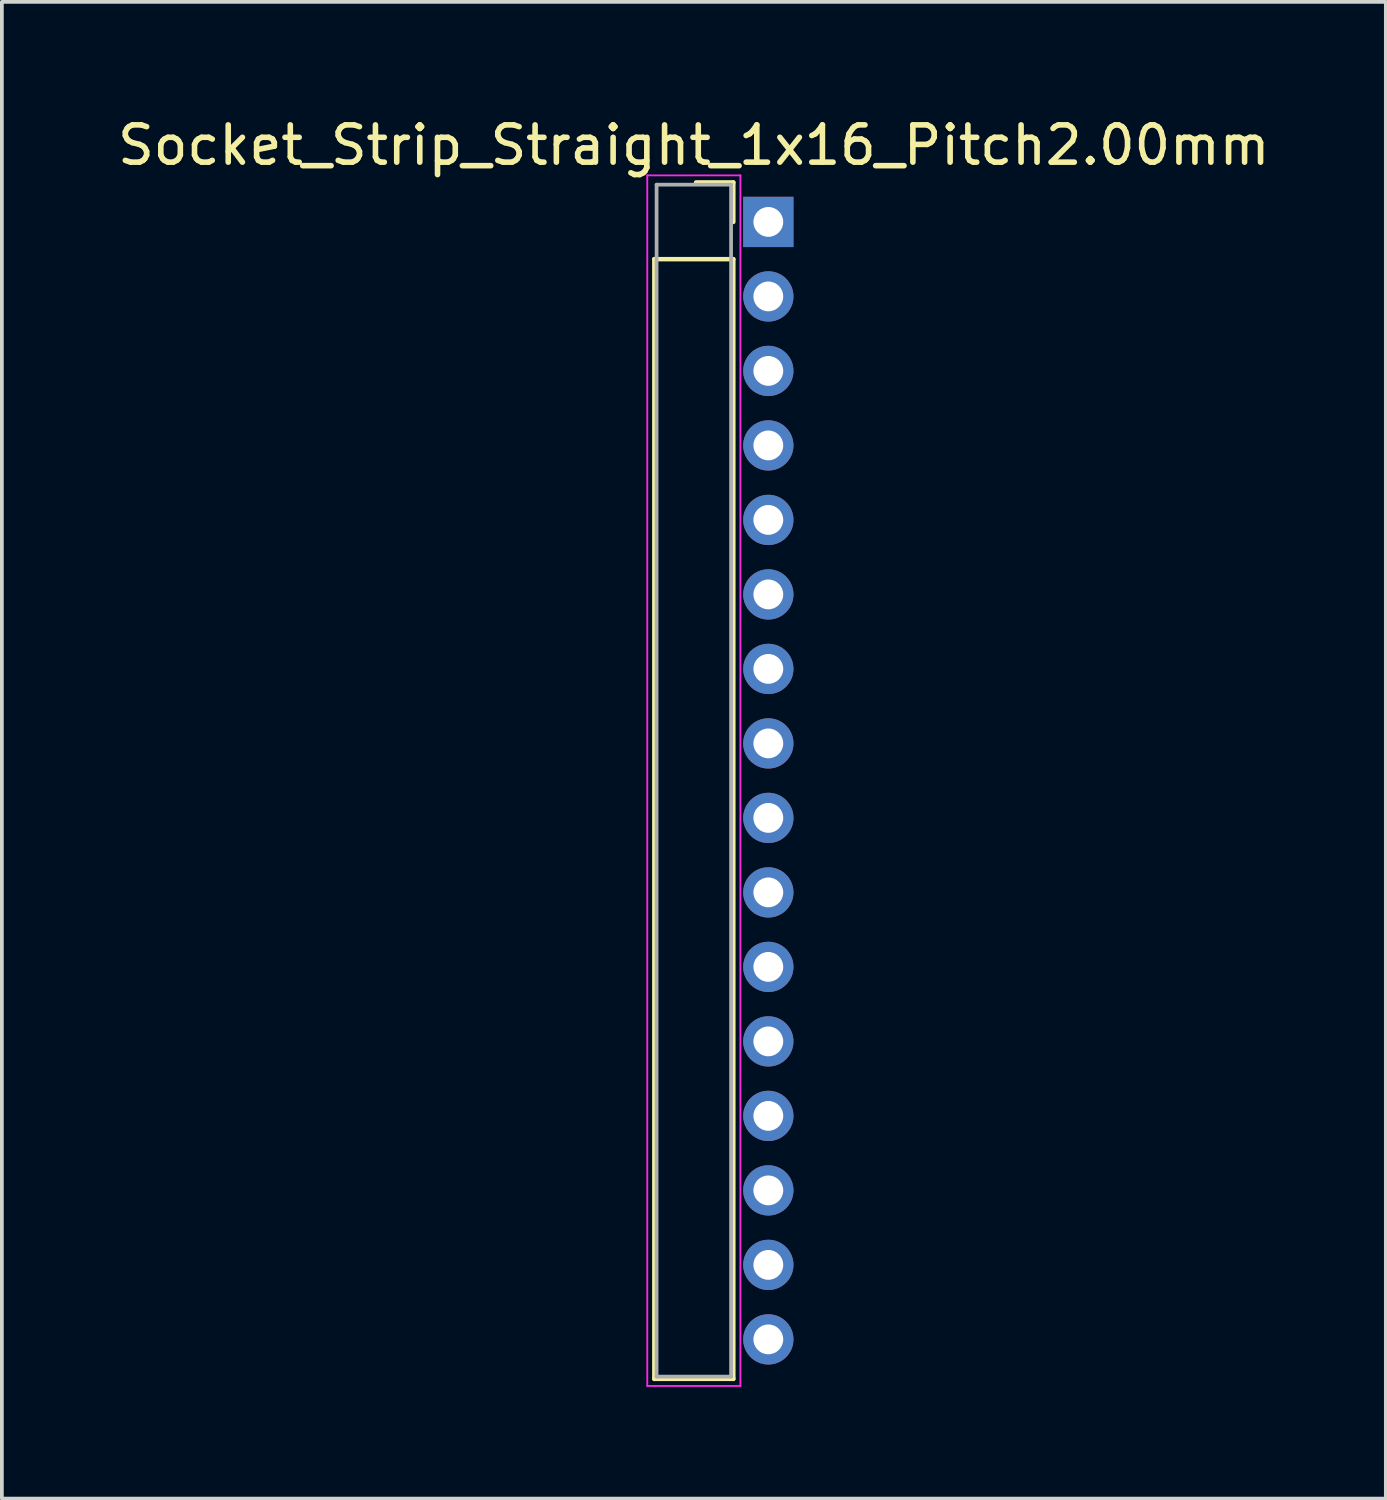
<source format=kicad_pcb>
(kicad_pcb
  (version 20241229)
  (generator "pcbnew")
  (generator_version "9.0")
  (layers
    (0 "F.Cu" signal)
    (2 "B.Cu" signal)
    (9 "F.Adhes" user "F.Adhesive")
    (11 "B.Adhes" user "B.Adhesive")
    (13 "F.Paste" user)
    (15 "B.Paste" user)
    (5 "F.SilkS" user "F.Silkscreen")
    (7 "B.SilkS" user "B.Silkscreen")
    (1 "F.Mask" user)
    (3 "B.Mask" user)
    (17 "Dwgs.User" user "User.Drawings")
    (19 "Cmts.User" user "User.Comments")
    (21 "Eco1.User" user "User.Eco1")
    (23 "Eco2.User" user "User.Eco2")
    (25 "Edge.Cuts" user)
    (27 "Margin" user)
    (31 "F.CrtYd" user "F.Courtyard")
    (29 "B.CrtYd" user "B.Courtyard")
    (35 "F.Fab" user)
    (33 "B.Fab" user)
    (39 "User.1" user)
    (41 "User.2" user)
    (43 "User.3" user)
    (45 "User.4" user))
  (footprint "Socket_Strip_Straight_1x16_Pitch2.00mm"
    (layer "F.Cu")
    (at 17.577 2.908)
    (property "Reference" "Socket_Strip_Straight_1x16_Pitch2.00mm" (at -2 -2.06 0) (layer "F.SilkS") (effects (font (size 1 1) (thickness 0.15))))
    (attr through_hole)
    (fp_line (start -3.06 1) (end -3.06 31.06) (stroke (width 0.12) (type solid)) (layer "F.SilkS"))
    (fp_line (start -3.06 31.06) (end -0.94 31.06) (stroke (width 0.12) (type solid)) (layer "F.SilkS"))
    (fp_line (start -0.94 -1.06) (end -1.94 -1.06) (stroke (width 0.12) (type solid)) (layer "F.SilkS"))
    (fp_line (start -0.94 0) (end -0.94 -1.06) (stroke (width 0.12) (type solid)) (layer "F.SilkS"))
    (fp_line (start -0.94 1) (end -3.06 1) (stroke (width 0.12) (type solid)) (layer "F.SilkS"))
    (fp_line (start -0.94 31.06) (end -0.94 1) (stroke (width 0.12) (type solid)) (layer "F.SilkS"))
    (fp_line (start -3.25 -1.25) (end -3.25 31.25) (stroke (width 0.05) (type solid)) (layer "F.CrtYd"))
    (fp_line (start -3.25 31.25) (end -0.75 31.25) (stroke (width 0.05) (type solid)) (layer "F.CrtYd"))
    (fp_line (start -0.75 -1.25) (end -3.25 -1.25) (stroke (width 0.05) (type solid)) (layer "F.CrtYd"))
    (fp_line (start -0.75 31.25) (end -0.75 -1.25) (stroke (width 0.05) (type solid)) (layer "F.CrtYd"))
    (fp_line (start -3 -1) (end -3 31) (stroke (width 0.1) (type solid)) (layer "F.Fab"))
    (fp_line (start -3 31) (end -1 31) (stroke (width 0.1) (type solid)) (layer "F.Fab"))
    (fp_line (start -1 -1) (end -3 -1) (stroke (width 0.1) (type solid)) (layer "F.Fab"))
    (fp_line (start -1 31) (end -1 -1) (stroke (width 0.1) (type solid)) (layer "F.Fab"))
    (pad "1" thru_hole rect (at 0 0) (size 1.35 1.35) (drill 0.8) (layers "*.Cu" "*.Mask"))
    (pad "2" thru_hole oval (at 0 2) (size 1.35 1.35) (drill 0.8) (layers "*.Cu" "*.Mask"))
    (pad "3" thru_hole oval (at 0 4) (size 1.35 1.35) (drill 0.8) (layers "*.Cu" "*.Mask"))
    (pad "4" thru_hole oval (at 0 6) (size 1.35 1.35) (drill 0.8) (layers "*.Cu" "*.Mask"))
    (pad "5" thru_hole oval (at 0 8) (size 1.35 1.35) (drill 0.8) (layers "*.Cu" "*.Mask"))
    (pad "6" thru_hole oval (at 0 10) (size 1.35 1.35) (drill 0.8) (layers "*.Cu" "*.Mask"))
    (pad "7" thru_hole oval (at 0 12) (size 1.35 1.35) (drill 0.8) (layers "*.Cu" "*.Mask"))
    (pad "8" thru_hole oval (at 0 14) (size 1.35 1.35) (drill 0.8) (layers "*.Cu" "*.Mask"))
    (pad "9" thru_hole oval (at 0 16) (size 1.35 1.35) (drill 0.8) (layers "*.Cu" "*.Mask"))
    (pad "10" thru_hole oval (at 0 18) (size 1.35 1.35) (drill 0.8) (layers "*.Cu" "*.Mask"))
    (pad "11" thru_hole oval (at 0 20) (size 1.35 1.35) (drill 0.8) (layers "*.Cu" "*.Mask"))
    (pad "12" thru_hole oval (at 0 22) (size 1.35 1.35) (drill 0.8) (layers "*.Cu" "*.Mask"))
    (pad "13" thru_hole oval (at 0 24) (size 1.35 1.35) (drill 0.8) (layers "*.Cu" "*.Mask"))
    (pad "14" thru_hole oval (at 0 26) (size 1.35 1.35) (drill 0.8) (layers "*.Cu" "*.Mask"))
    (pad "15" thru_hole oval (at 0 28) (size 1.35 1.35) (drill 0.8) (layers "*.Cu" "*.Mask"))
    (pad "16" thru_hole oval (at 0 30) (size 1.35 1.35) (drill 0.8) (layers "*.Cu" "*.Mask")))
  (gr_rect
    (start -3 -3)
    (end 34.155 37.183)
    (stroke (width 0.1) (type default))
    (fill no)
    (layer "Edge.Cuts")))
</source>
